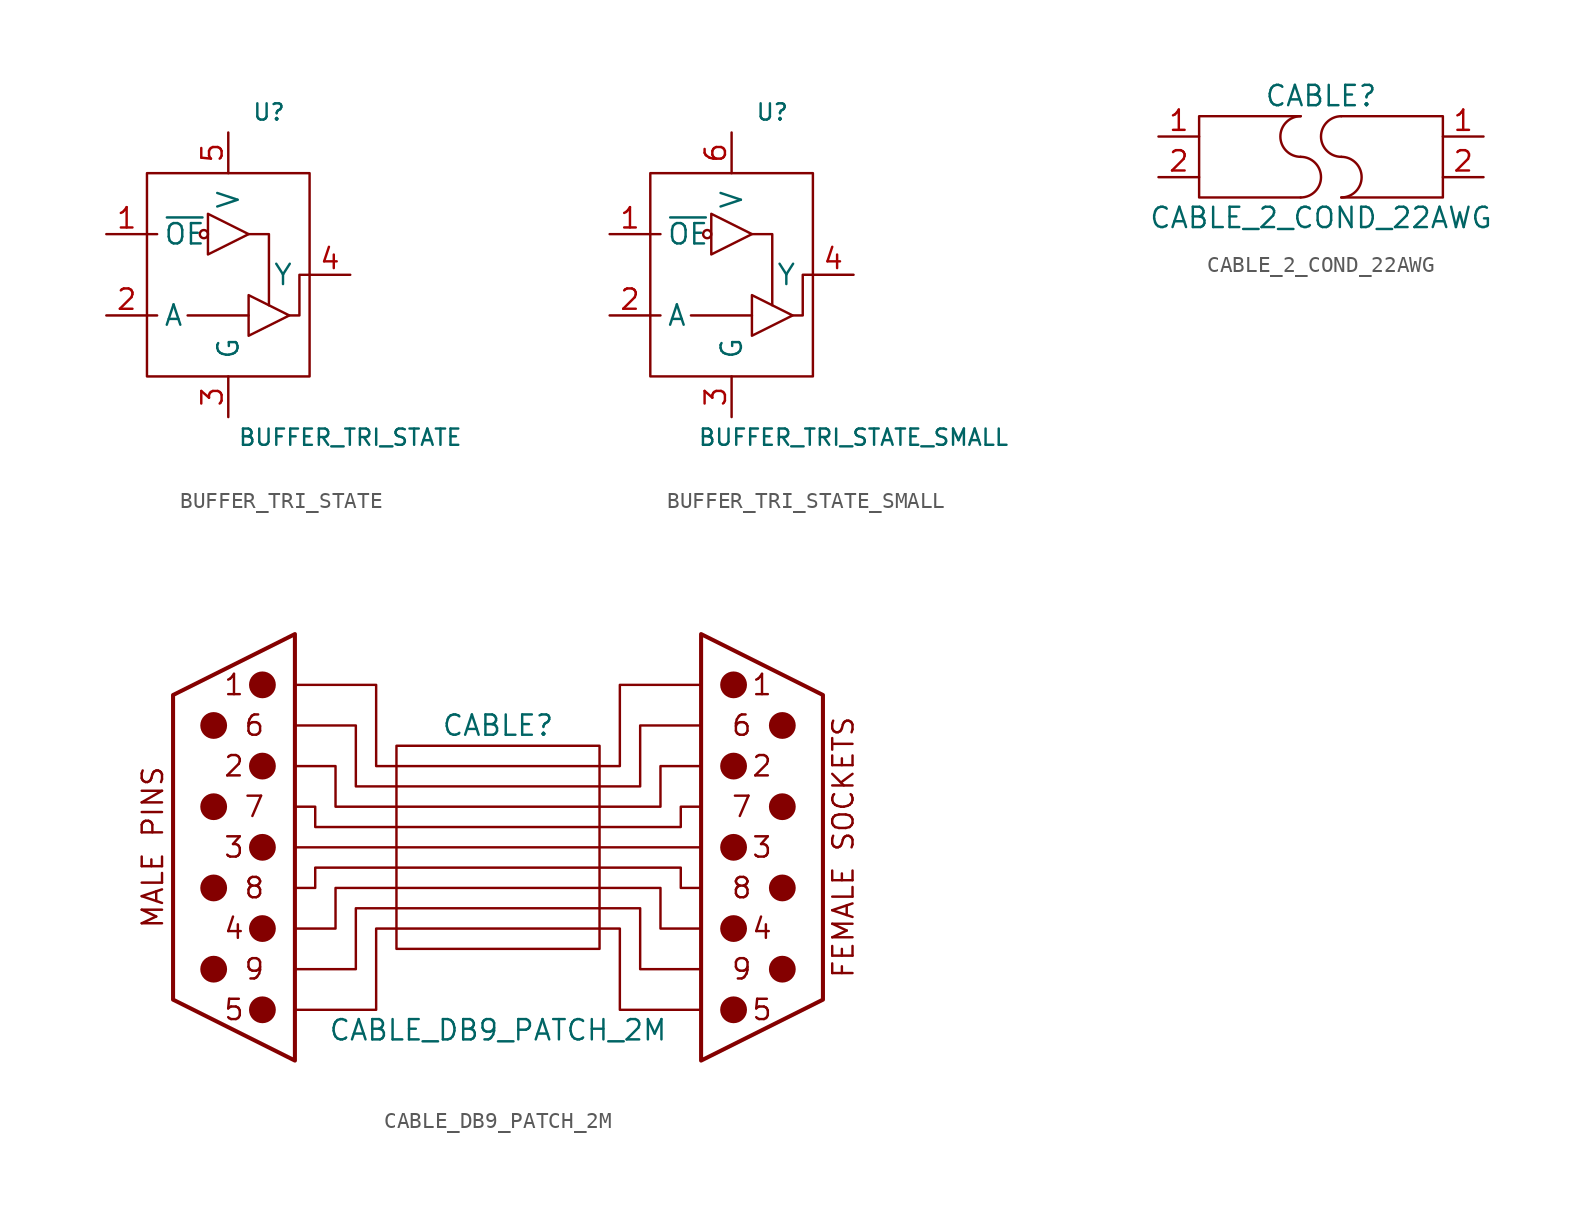
<source format=kicad_sym>
(kicad_symbol_lib
  (version 20211014)
  (generator kicad_symbol_editor)
  (symbol "BUFFER_TRI_STATE"
    (pin_names
      (offset 1.016))
    (property "Reference" "U"
      (at 2.54 10.16 0)
      (effects (font (size 1.016 1.016))))
    (property "Value" "BUFFER_TRI_STATE"
      (at 7.62 -10.16 0)
      (effects (font (size 1.016 1.016))))
    (symbol "BUFFER_TRI_STATE_0_1"
      (rectangle (start -5.08 6.35) (end 5.08 -6.35) (stroke (width 0) (type default) (color 0 0 0 0)) (fill (type none)))
      (circle (center -1.524 2.54) (radius 0.254) (stroke (width 0) (type default) (color 0 0 0 0)) (fill (type none)))
      (polyline (pts (xy -5.08 -2.54) (xy -4.445 -2.54)) (stroke (width 0) (type default) (color 0 0 0 0)) (fill (type none)))
      (polyline (pts (xy -5.08 2.54) (xy -4.445 2.54)) (stroke (width 0) (type default) (color 0 0 0 0)) (fill (type none)))
      (polyline (pts (xy 1.27 -2.54) (xy -2.54 -2.54)) (stroke (width 0) (type default) (color 0 0 0 0)) (fill (type none)))
      (polyline (pts (xy 1.27 2.54) (xy 2.54 2.54) (xy 2.54 -1.905)) (stroke (width 0) (type default) (color 0 0 0 0)) (fill (type none)))
      (polyline (pts (xy -1.27 3.81) (xy -1.27 1.27) (xy 1.27 2.54) (xy -1.27 3.81)) (stroke (width 0) (type default) (color 0 0 0 0)) (fill (type none)))
      (polyline (pts (xy 1.27 -1.27) (xy 1.27 -3.81) (xy 3.81 -2.54) (xy 1.27 -1.27)) (stroke (width 0) (type default) (color 0 0 0 0)) (fill (type none)))
      (polyline (pts (xy 3.81 -2.54) (xy 4.445 -2.54) (xy 4.445 0) (xy 5.08 0)) (stroke (width 0) (type default) (color 0 0 0 0)) (fill (type none))))
    (symbol "BUFFER_TRI_STATE_1_1"
      (pin input line (at -7.62 2.54 0) (length 2.54) (name "~{OE}" (effects (font (size 1.27 1.27)))) (number "1" (effects (font (size 1.27 1.27)))))
      (pin input line (at -7.62 -2.54 0) (length 2.54) (name "A" (effects (font (size 1.27 1.27)))) (number "2" (effects (font (size 1.27 1.27)))))
      (pin power_in line (at 0 -8.89 90) (length 2.54) (name "G" (effects (font (size 1.27 1.27)))) (number "3" (effects (font (size 1.27 1.27)))))
      (pin tri_state line (at 7.62 0 180) (length 2.54) (name "Y" (effects (font (size 1.27 1.27)))) (number "4" (effects (font (size 1.27 1.27)))))
      (pin power_in line (at 0 8.89 270) (length 2.54) (name "V" (effects (font (size 1.27 1.27)))) (number "5" (effects (font (size 1.27 1.27)))))))
  (symbol "BUFFER_TRI_STATE_SMALL"
    (pin_names
      (offset 1.016))
    (property "Reference" "U"
      (at 2.54 10.16 0)
      (effects (font (size 1.016 1.016))))
    (property "Value" "BUFFER_TRI_STATE_SMALL"
      (at 7.62 -10.16 0)
      (effects (font (size 1.016 1.016))))
    (symbol "BUFFER_TRI_STATE_SMALL_0_1"
      (rectangle (start -5.08 6.35) (end 5.08 -6.35) (stroke (width 0) (type default) (color 0 0 0 0)) (fill (type none)))
      (circle (center -1.524 2.54) (radius 0.254) (stroke (width 0) (type default) (color 0 0 0 0)) (fill (type none)))
      (polyline (pts (xy -5.08 -2.54) (xy -4.445 -2.54)) (stroke (width 0) (type default) (color 0 0 0 0)) (fill (type none)))
      (polyline (pts (xy -5.08 2.54) (xy -4.445 2.54)) (stroke (width 0) (type default) (color 0 0 0 0)) (fill (type none)))
      (polyline (pts (xy 1.27 -2.54) (xy -2.54 -2.54)) (stroke (width 0) (type default) (color 0 0 0 0)) (fill (type none)))
      (polyline (pts (xy 1.27 2.54) (xy 2.54 2.54) (xy 2.54 -1.905)) (stroke (width 0) (type default) (color 0 0 0 0)) (fill (type none)))
      (polyline (pts (xy -1.27 3.81) (xy -1.27 1.27) (xy 1.27 2.54) (xy -1.27 3.81)) (stroke (width 0) (type default) (color 0 0 0 0)) (fill (type none)))
      (polyline (pts (xy 1.27 -1.27) (xy 1.27 -3.81) (xy 3.81 -2.54) (xy 1.27 -1.27)) (stroke (width 0) (type default) (color 0 0 0 0)) (fill (type none)))
      (polyline (pts (xy 3.81 -2.54) (xy 4.445 -2.54) (xy 4.445 0) (xy 5.08 0)) (stroke (width 0) (type default) (color 0 0 0 0)) (fill (type none))))
    (symbol "BUFFER_TRI_STATE_SMALL_1_1"
      (pin input line (at -7.62 2.54 0) (length 2.54) (name "~{OE}" (effects (font (size 1.27 1.27)))) (number "1" (effects (font (size 1.27 1.27)))))
      (pin input line (at -7.62 -2.54 0) (length 2.54) (name "A" (effects (font (size 1.27 1.27)))) (number "2" (effects (font (size 1.27 1.27)))))
      (pin power_in line (at 0 -8.89 90) (length 2.54) (name "G" (effects (font (size 1.27 1.27)))) (number "3" (effects (font (size 1.27 1.27)))))
      (pin tri_state line (at 7.62 0 180) (length 2.54) (name "Y" (effects (font (size 1.27 1.27)))) (number "4" (effects (font (size 1.27 1.27)))))
      (pin power_in line (at 0 8.89 270) (length 2.54) (name "V" (effects (font (size 1.27 1.27)))) (number "6" (effects (font (size 1.27 1.27)))))))
  (symbol "CABLE_2_COND_22AWG"
    (pin_names
      (offset 1.016))
    (property "Reference" "CABLE"
      (at 0 3.81 0)
      (effects (font (size 1.27 1.27))))
    (property "Value" "CABLE_2_COND_22AWG"
      (at 0 -3.81 0)
      (effects (font (size 1.27 1.27))))
    (symbol "CABLE_2_COND_22AWG_0_1"
      (arc (start -1.27 -2.54) (mid 0 -1.27) (end -1.27 0) (stroke (width 0) (type default) (color 0 0 0 0)) (fill (type none)))
      (arc (start -1.27 2.54) (mid -2.54 1.27) (end -1.27 0) (stroke (width 0) (type default) (color 0 0 0 0)) (fill (type none)))
      (polyline (pts (xy -1.27 2.54) (xy -7.62 2.54) (xy -7.62 -2.54) (xy -1.27 -2.54)) (stroke (width 0) (type default) (color 0 0 0 0)) (fill (type none)))
      (polyline (pts (xy 1.27 2.54) (xy 7.62 2.54) (xy 7.62 -2.54) (xy 1.27 -2.54)) (stroke (width 0) (type default) (color 0 0 0 0)) (fill (type none)))
      (arc (start 1.27 -2.54) (mid 2.54 -1.27) (end 1.27 0) (stroke (width 0) (type default) (color 0 0 0 0)) (fill (type none)))
      (arc (start 1.27 2.54) (mid 0 1.27) (end 1.27 0) (stroke (width 0) (type default) (color 0 0 0 0)) (fill (type none))))
    (symbol "CABLE_2_COND_22AWG_1_1"
      (pin passive line (at -10.16 1.27 0) (length 2.54) (name "~" (effects (font (size 1.27 1.27)))) (number "1" (effects (font (size 1.27 1.27)))))
      (pin passive line (at 10.16 1.27 180) (length 2.54) (name "~" (effects (font (size 1.27 1.27)))) (number "1" (effects (font (size 1.27 1.27)))))
      (pin passive line (at -10.16 -1.27 0) (length 2.54) (name "~" (effects (font (size 1.27 1.27)))) (number "2" (effects (font (size 1.27 1.27)))))
      (pin passive line (at 10.16 -1.27 180) (length 2.54) (name "~" (effects (font (size 1.27 1.27)))) (number "2" (effects (font (size 1.27 1.27)))))))
  (symbol "CABLE_DB9_PATCH_2M"
    (pin_names
      (offset 1.016) hide)
    (property "Reference" "CABLE"
      (at 0 7.62 0)
      (effects (font (size 1.27 1.27))))
    (property "Value" "CABLE_DB9_PATCH_2M"
      (at 0 -11.43 0)
      (effects (font (size 1.27 1.27))))
    (symbol "CABLE_DB9_PATCH_2M_0_0"
      (text "1" (at 16.51 10.16 0) (effects (font (size 1.27 1.27))))
      (text "2" (at 16.51 5.08 0) (effects (font (size 1.27 1.27))))
      (text "3" (at 16.51 0 0) (effects (font (size 1.27 1.27))))
      (text "4" (at 16.51 -5.08 0) (effects (font (size 1.27 1.27))))
      (text "5" (at 16.51 -10.16 0) (effects (font (size 1.27 1.27))))
      (text "6" (at 15.24 7.62 0) (effects (font (size 1.27 1.27))))
      (text "7" (at 15.24 2.54 0) (effects (font (size 1.27 1.27))))
      (text "8" (at 15.24 -2.54 0) (effects (font (size 1.27 1.27))))
      (text "9" (at 15.24 -7.62 0) (effects (font (size 1.27 1.27))))
      (text "FEMALE SOCKETS" (at 21.59 0 900) (effects (font (size 1.27 1.27)))))
    (symbol "CABLE_DB9_PATCH_2M_0_1"
      (rectangle (start -6.35 6.35) (end 6.35 -6.35) (stroke (width 0) (type default) (color 0 0 0 0)) (fill (type none)))
      (polyline (pts (xy -12.7 0) (xy 12.7 0)) (stroke (width 0) (type default) (color 0 0 0 0)) (fill (type none)))
      (polyline (pts (xy 12.7 -13.335) (xy 12.7 13.335) (xy 20.32 9.525) (xy 20.32 -9.525) (xy 12.7 -13.335)) (stroke (width 0.254) (type default) (color 0 0 0 0)) (fill (type none)))
      (polyline (pts (xy -12.7 -10.16) (xy -7.62 -10.16) (xy -7.62 -5.08) (xy 7.62 -5.08) (xy 7.62 -10.16) (xy 12.7 -10.16)) (stroke (width 0) (type default) (color 0 0 0 0)) (fill (type none)))
      (polyline (pts (xy -12.7 -7.62) (xy -8.89 -7.62) (xy -8.89 -3.81) (xy 8.89 -3.81) (xy 8.89 -7.62) (xy 12.7 -7.62)) (stroke (width 0) (type default) (color 0 0 0 0)) (fill (type none)))
      (polyline (pts (xy -12.7 -5.08) (xy -10.16 -5.08) (xy -10.16 -2.54) (xy 10.16 -2.54) (xy 10.16 -5.08) (xy 12.7 -5.08)) (stroke (width 0) (type default) (color 0 0 0 0)) (fill (type none)))
      (polyline (pts (xy -12.7 -2.54) (xy -11.43 -2.54) (xy -11.43 -1.27) (xy 11.43 -1.27) (xy 11.43 -2.54) (xy 12.7 -2.54)) (stroke (width 0) (type default) (color 0 0 0 0)) (fill (type none)))
      (polyline (pts (xy -12.7 2.54) (xy -11.43 2.54) (xy -11.43 1.27) (xy 11.43 1.27) (xy 11.43 2.54) (xy 12.7 2.54)) (stroke (width 0) (type default) (color 0 0 0 0)) (fill (type none)))
      (polyline (pts (xy -12.7 5.08) (xy -10.16 5.08) (xy -10.16 2.54) (xy 10.16 2.54) (xy 10.16 5.08) (xy 12.7 5.08)) (stroke (width 0) (type default) (color 0 0 0 0)) (fill (type none)))
      (polyline (pts (xy -12.7 7.62) (xy -8.89 7.62) (xy -8.89 3.81) (xy 8.89 3.81) (xy 8.89 7.62) (xy 12.7 7.62)) (stroke (width 0) (type default) (color 0 0 0 0)) (fill (type none)))
      (polyline (pts (xy -12.7 10.16) (xy -7.62 10.16) (xy -7.62 5.08) (xy 7.62 5.08) (xy 7.62 10.16) (xy 12.7 10.16)) (stroke (width 0) (type default) (color 0 0 0 0)) (fill (type none)))
      (circle (center 14.732 -10.16) (radius 0.762) (stroke (width 0) (type default) (color 0 0 0 0)) (fill (type outline)))
      (circle (center 14.732 -5.08) (radius 0.762) (stroke (width 0) (type default) (color 0 0 0 0)) (fill (type outline)))
      (circle (center 14.732 0) (radius 0.762) (stroke (width 0) (type default) (color 0 0 0 0)) (fill (type outline)))
      (circle (center 14.732 5.08) (radius 0.762) (stroke (width 0) (type default) (color 0 0 0 0)) (fill (type outline)))
      (circle (center 14.732 10.16) (radius 0.762) (stroke (width 0) (type default) (color 0 0 0 0)) (fill (type outline)))
      (circle (center 17.78 -7.62) (radius 0.762) (stroke (width 0) (type default) (color 0 0 0 0)) (fill (type outline)))
      (circle (center 17.78 -2.54) (radius 0.762) (stroke (width 0) (type default) (color 0 0 0 0)) (fill (type outline)))
      (circle (center 17.78 2.54) (radius 0.762) (stroke (width 0) (type default) (color 0 0 0 0)) (fill (type outline)))
      (circle (center 17.78 7.62) (radius 0.762) (stroke (width 0) (type default) (color 0 0 0 0)) (fill (type outline))))
    (symbol "CABLE_DB9_PATCH_2M_1_0"
      (text "1" (at -16.51 10.16 0) (effects (font (size 1.27 1.27))))
      (text "2" (at -16.51 5.08 0) (effects (font (size 1.27 1.27))))
      (text "3" (at -16.51 0 0) (effects (font (size 1.27 1.27))))
      (text "4" (at -16.51 -5.08 0) (effects (font (size 1.27 1.27))))
      (text "5" (at -16.51 -10.16 0) (effects (font (size 1.27 1.27))))
      (text "6" (at -15.24 7.62 0) (effects (font (size 1.27 1.27))))
      (text "7" (at -15.24 2.54 0) (effects (font (size 1.27 1.27))))
      (text "8" (at -15.24 -2.54 0) (effects (font (size 1.27 1.27))))
      (text "9" (at -15.24 -7.62 0) (effects (font (size 1.27 1.27))))
      (text "MALE PINS" (at -21.59 0 900) (effects (font (size 1.27 1.27)))))
    (symbol "CABLE_DB9_PATCH_2M_1_1"
      (circle (center -17.78 -7.62) (radius 0.762) (stroke (width 0) (type default) (color 0 0 0 0)) (fill (type outline)))
      (circle (center -17.78 -2.54) (radius 0.762) (stroke (width 0) (type default) (color 0 0 0 0)) (fill (type outline)))
      (circle (center -17.78 2.54) (radius 0.762) (stroke (width 0) (type default) (color 0 0 0 0)) (fill (type outline)))
      (circle (center -17.78 7.62) (radius 0.762) (stroke (width 0) (type default) (color 0 0 0 0)) (fill (type outline)))
      (circle (center -14.732 -10.16) (radius 0.762) (stroke (width 0) (type default) (color 0 0 0 0)) (fill (type outline)))
      (circle (center -14.732 -5.08) (radius 0.762) (stroke (width 0) (type default) (color 0 0 0 0)) (fill (type outline)))
      (circle (center -14.732 0) (radius 0.762) (stroke (width 0) (type default) (color 0 0 0 0)) (fill (type outline)))
      (circle (center -14.732 5.08) (radius 0.762) (stroke (width 0) (type default) (color 0 0 0 0)) (fill (type outline)))
      (circle (center -14.732 10.16) (radius 0.762) (stroke (width 0) (type default) (color 0 0 0 0)) (fill (type outline)))
      (polyline (pts (xy -12.7 13.335) (xy -12.7 -13.335) (xy -20.32 -9.525) (xy -20.32 9.525) (xy -12.7 13.335)) (stroke (width 0.254) (type default) (color 0 0 0 0)) (fill (type none))))))
</source>
